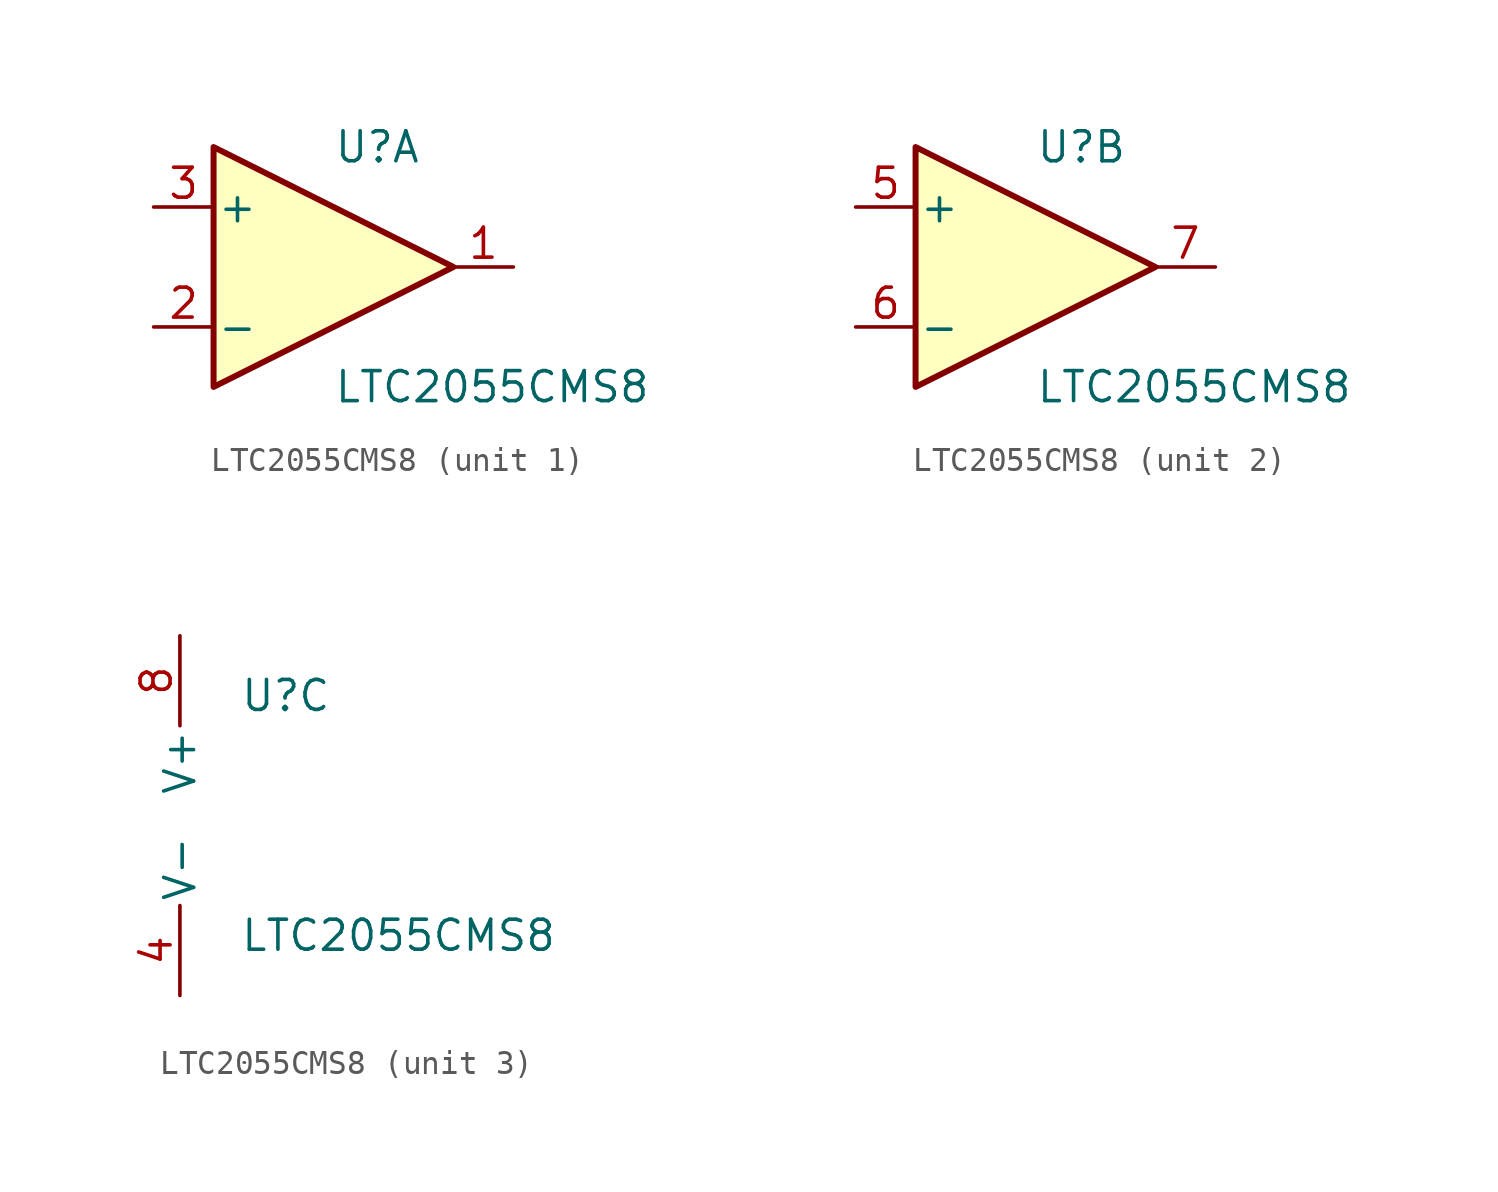
<source format=kicad_sym>
(kicad_symbol_lib
  (version 20200126)
  (host kicad_symbol_editor "(5.99.0-2555-g9cc6a77cc-dirty)")
  (symbol "Elosie_nA:LTC2055CMS8"
    (pin_names
      (offset 0.127))
    (property "Reference" "U"
      (at 0 5.08 0)
      (effects (font (size 1.27 1.27)) (justify left)))
    (property "Value" "LTC2055CMS8"
      (at 0 -5.08 0)
      (effects (font (size 1.27 1.27)) (justify left)))
    (property "ki_locked" ""
      (at 0 0 0)
      (effects (font (size 1.27 1.27))))
    (symbol "LTC2055CMS8_1_1"
      (polyline (pts (xy -5.08 5.08) (xy 5.08 0) (xy -5.08 -5.08) (xy -5.08 5.08)) (stroke (width 0.254)) (fill (type background)))
      (pin output line (at 7.62 0 180) (length 2.54) (name "~" (effects (font (size 1.27 1.27)))) (number "1" (effects (font (size 1.27 1.27)))))
      (pin input line (at -7.62 -2.54 0) (length 2.54) (name "-" (effects (font (size 1.27 1.27)))) (number "2" (effects (font (size 1.27 1.27)))))
      (pin input line (at -7.62 2.54 0) (length 2.54) (name "+" (effects (font (size 1.27 1.27)))) (number "3" (effects (font (size 1.27 1.27))))))
    (symbol "LTC2055CMS8_2_1"
      (polyline (pts (xy -5.08 5.08) (xy 5.08 0) (xy -5.08 -5.08) (xy -5.08 5.08)) (stroke (width 0.254)) (fill (type background)))
      (pin input line (at -7.62 2.54 0) (length 2.54) (name "+" (effects (font (size 1.27 1.27)))) (number "5" (effects (font (size 1.27 1.27)))))
      (pin input line (at -7.62 -2.54 0) (length 2.54) (name "-" (effects (font (size 1.27 1.27)))) (number "6" (effects (font (size 1.27 1.27)))))
      (pin output line (at 7.62 0 180) (length 2.54) (name "~" (effects (font (size 1.27 1.27)))) (number "7" (effects (font (size 1.27 1.27))))))
    (symbol "LTC2055CMS8_3_1"
      (pin power_in line (at -2.54 -7.62 90) (length 3.81) (name "V-" (effects (font (size 1.27 1.27)))) (number "4" (effects (font (size 1.27 1.27)))))
      (pin power_in line (at -2.54 7.62 270) (length 3.81) (name "V+" (effects (font (size 1.27 1.27)))) (number "8" (effects (font (size 1.27 1.27))))))))
</source>
